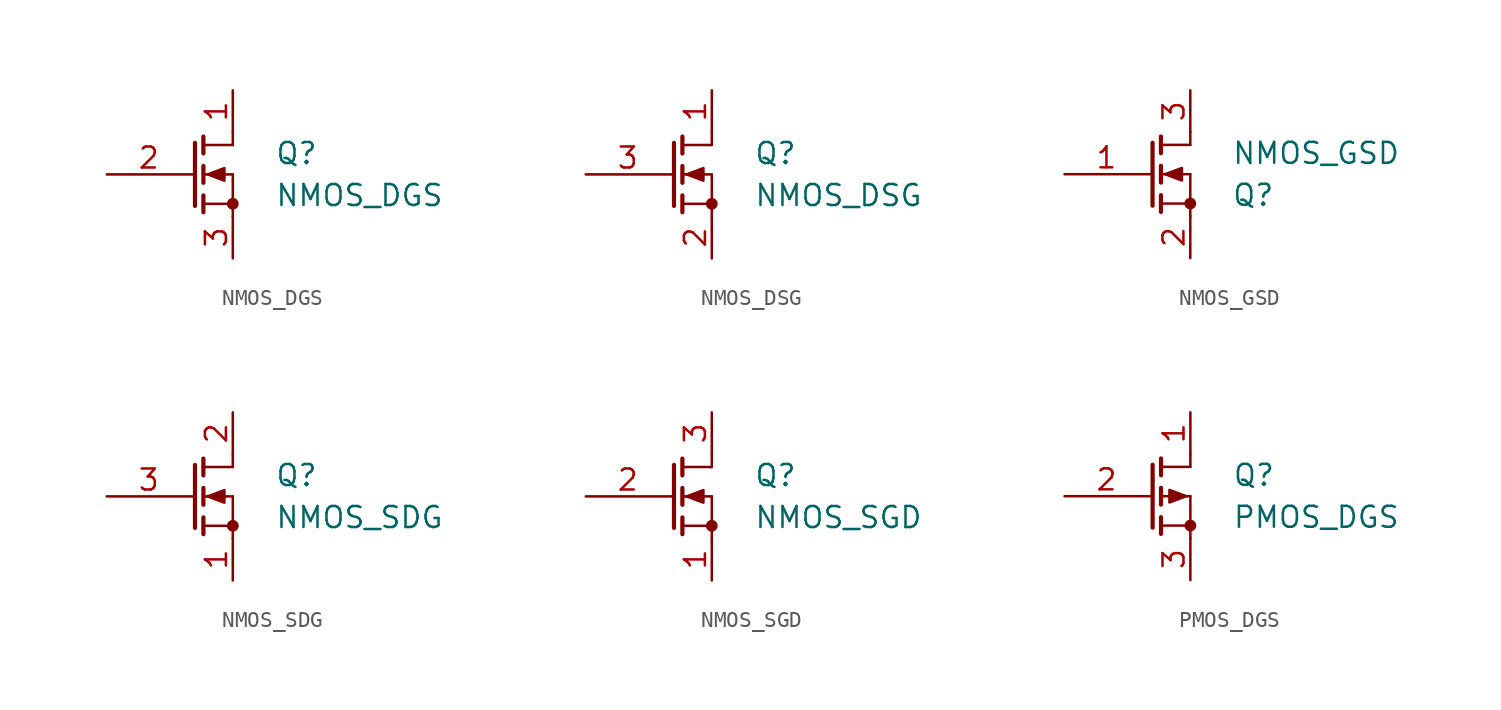
<source format=kicad_sym>
(kicad_symbol_lib
  (version 20211014)
  (generator kicad_symbol_editor)
  (symbol "NMOS_DGS"
    (pin_names
      (offset 0) hide)
    (property "Reference" "Q"
      (at 5.08 1.27 0)
      (effects (font (size 1.27 1.27)) (justify left)))
    (property "Value" "NMOS_DGS"
      (at 5.08 -1.27 0)
      (effects (font (size 1.27 1.27)) (justify left)))
    (symbol "NMOS_DGS_0_1"
      (polyline (pts (xy 0.051 0) (xy 0.254 0)) (stroke (width 0) (type default) (color 0 0 0 0)) (fill (type none)))
      (polyline (pts (xy 0.762 -1.778) (xy 2.54 -1.778)) (stroke (width 0) (type default) (color 0 0 0 0)) (fill (type none)))
      (polyline (pts (xy 0.762 -1.27) (xy 0.762 -2.286)) (stroke (width 0.254) (type default) (color 0 0 0 0)) (fill (type none)))
      (polyline (pts (xy 0.762 0) (xy 2.54 0)) (stroke (width 0) (type default) (color 0 0 0 0)) (fill (type none)))
      (polyline (pts (xy 0.762 0.508) (xy 0.762 -0.508)) (stroke (width 0.254) (type default) (color 0 0 0 0)) (fill (type none)))
      (polyline (pts (xy 0.762 1.778) (xy 2.54 1.778)) (stroke (width 0) (type default) (color 0 0 0 0)) (fill (type none)))
      (polyline (pts (xy 0.762 2.286) (xy 0.762 1.27)) (stroke (width 0.254) (type default) (color 0 0 0 0)) (fill (type none)))
      (polyline (pts (xy 2.54 -1.778) (xy 2.54 -2.54)) (stroke (width 0) (type default) (color 0 0 0 0)) (fill (type none)))
      (polyline (pts (xy 2.54 -1.778) (xy 2.54 0)) (stroke (width 0) (type default) (color 0 0 0 0)) (fill (type none)))
      (polyline (pts (xy 2.54 2.54) (xy 2.54 1.778)) (stroke (width 0) (type default) (color 0 0 0 0)) (fill (type none)))
      (polyline (pts (xy 0.254 1.905) (xy 0.254 -1.905) (xy 0.254 -1.905)) (stroke (width 0.254) (type default) (color 0 0 0 0)) (fill (type none)))
      (polyline (pts (xy 1.016 0) (xy 2.032 0.381) (xy 2.032 -0.381) (xy 1.016 0)) (stroke (width 0) (type default) (color 0 0 0 0)) (fill (type outline)))
      (circle (center 2.54 -1.778) (radius 0.279) (stroke (width 0) (type default) (color 0 0 0 0)) (fill (type outline))))
    (symbol "NMOS_DGS_1_1"
      (pin passive line (at 2.54 5.08 270) (length 2.54) (name "D" (effects (font (size 1.27 1.27)))) (number "1" (effects (font (size 1.27 1.27)))))
      (pin input line (at -5.08 0 0) (length 5.08) (name "G" (effects (font (size 1.27 1.27)))) (number "2" (effects (font (size 1.27 1.27)))))
      (pin passive line (at 2.54 -5.08 90) (length 2.54) (name "S" (effects (font (size 1.27 1.27)))) (number "3" (effects (font (size 1.27 1.27)))))))
  (symbol "NMOS_DSG"
    (pin_names
      (offset 0) hide)
    (property "Reference" "Q"
      (at 5.08 1.27 0)
      (effects (font (size 1.27 1.27)) (justify left)))
    (property "Value" "NMOS_DSG"
      (at 5.08 -1.27 0)
      (effects (font (size 1.27 1.27)) (justify left)))
    (symbol "NMOS_DSG_0_1"
      (polyline (pts (xy 0.051 0) (xy 0.254 0)) (stroke (width 0) (type default) (color 0 0 0 0)) (fill (type none)))
      (polyline (pts (xy 0.762 -1.778) (xy 2.54 -1.778)) (stroke (width 0) (type default) (color 0 0 0 0)) (fill (type none)))
      (polyline (pts (xy 0.762 -1.27) (xy 0.762 -2.286)) (stroke (width 0.254) (type default) (color 0 0 0 0)) (fill (type none)))
      (polyline (pts (xy 0.762 0) (xy 2.54 0)) (stroke (width 0) (type default) (color 0 0 0 0)) (fill (type none)))
      (polyline (pts (xy 0.762 0.508) (xy 0.762 -0.508)) (stroke (width 0.254) (type default) (color 0 0 0 0)) (fill (type none)))
      (polyline (pts (xy 0.762 1.778) (xy 2.54 1.778)) (stroke (width 0) (type default) (color 0 0 0 0)) (fill (type none)))
      (polyline (pts (xy 0.762 2.286) (xy 0.762 1.27)) (stroke (width 0.254) (type default) (color 0 0 0 0)) (fill (type none)))
      (polyline (pts (xy 2.54 -1.778) (xy 2.54 -2.54)) (stroke (width 0) (type default) (color 0 0 0 0)) (fill (type none)))
      (polyline (pts (xy 2.54 -1.778) (xy 2.54 0)) (stroke (width 0) (type default) (color 0 0 0 0)) (fill (type none)))
      (polyline (pts (xy 2.54 2.54) (xy 2.54 1.778)) (stroke (width 0) (type default) (color 0 0 0 0)) (fill (type none)))
      (polyline (pts (xy 0.254 1.905) (xy 0.254 -1.905) (xy 0.254 -1.905)) (stroke (width 0.254) (type default) (color 0 0 0 0)) (fill (type none)))
      (polyline (pts (xy 1.016 0) (xy 2.032 0.381) (xy 2.032 -0.381) (xy 1.016 0)) (stroke (width 0) (type default) (color 0 0 0 0)) (fill (type outline)))
      (circle (center 2.54 -1.778) (radius 0.279) (stroke (width 0) (type default) (color 0 0 0 0)) (fill (type outline))))
    (symbol "NMOS_DSG_1_1"
      (pin passive line (at 2.54 5.08 270) (length 2.54) (name "D" (effects (font (size 1.27 1.27)))) (number "1" (effects (font (size 1.27 1.27)))))
      (pin passive line (at 2.54 -5.08 90) (length 2.54) (name "S" (effects (font (size 1.27 1.27)))) (number "2" (effects (font (size 1.27 1.27)))))
      (pin input line (at -5.08 0 0) (length 5.08) (name "G" (effects (font (size 1.27 1.27)))) (number "3" (effects (font (size 1.27 1.27)))))))
  (symbol "NMOS_GSD"
    (pin_names
      (offset 1.016))
    (property "Reference" "Q"
      (at 6.35 -1.27 0)
      (effects (font (size 1.27 1.27))))
    (property "Value" "NMOS_GSD"
      (at 10.16 1.27 0)
      (effects (font (size 1.27 1.27))))
    (symbol "NMOS_GSD_1_1"
      (polyline (pts (xy 0.051 0) (xy 0.254 0)) (stroke (width 0) (type default) (color 0 0 0 0)) (fill (type none)))
      (polyline (pts (xy 0.762 -1.778) (xy 2.54 -1.778)) (stroke (width 0) (type default) (color 0 0 0 0)) (fill (type none)))
      (polyline (pts (xy 0.762 -1.27) (xy 0.762 -2.286)) (stroke (width 0.254) (type default) (color 0 0 0 0)) (fill (type none)))
      (polyline (pts (xy 0.762 0) (xy 2.54 0)) (stroke (width 0) (type default) (color 0 0 0 0)) (fill (type none)))
      (polyline (pts (xy 0.762 0.508) (xy 0.762 -0.508)) (stroke (width 0.254) (type default) (color 0 0 0 0)) (fill (type none)))
      (polyline (pts (xy 0.762 1.778) (xy 2.54 1.778)) (stroke (width 0) (type default) (color 0 0 0 0)) (fill (type none)))
      (polyline (pts (xy 0.762 2.286) (xy 0.762 1.27)) (stroke (width 0.254) (type default) (color 0 0 0 0)) (fill (type none)))
      (polyline (pts (xy 2.54 -1.778) (xy 2.54 -2.54)) (stroke (width 0) (type default) (color 0 0 0 0)) (fill (type none)))
      (polyline (pts (xy 2.54 -1.778) (xy 2.54 0)) (stroke (width 0) (type default) (color 0 0 0 0)) (fill (type none)))
      (polyline (pts (xy 2.54 2.54) (xy 2.54 1.778)) (stroke (width 0) (type default) (color 0 0 0 0)) (fill (type none)))
      (polyline (pts (xy 0.254 1.905) (xy 0.254 -1.905) (xy 0.254 -1.905)) (stroke (width 0.254) (type default) (color 0 0 0 0)) (fill (type none)))
      (polyline (pts (xy 1.016 0) (xy 2.032 0.381) (xy 2.032 -0.381) (xy 1.016 0)) (stroke (width 0) (type default) (color 0 0 0 0)) (fill (type outline)))
      (circle (center 2.54 -1.778) (radius 0.279) (stroke (width 0) (type default) (color 0 0 0 0)) (fill (type outline)))
      (pin input line (at -5.08 0 0) (length 5.08) (name "~" (effects (font (size 1.27 1.27)))) (number "1" (effects (font (size 1.27 1.27)))))
      (pin passive line (at 2.54 -5.08 90) (length 2.54) (name "~" (effects (font (size 1.27 1.27)))) (number "2" (effects (font (size 1.27 1.27)))))
      (pin passive line (at 2.54 5.08 270) (length 2.54) (name "~" (effects (font (size 1.27 1.27)))) (number "3" (effects (font (size 1.27 1.27)))))))
  (symbol "NMOS_SDG"
    (pin_names
      (offset 0) hide)
    (property "Reference" "Q"
      (at 5.08 1.27 0)
      (effects (font (size 1.27 1.27)) (justify left)))
    (property "Value" "NMOS_SDG"
      (at 5.08 -1.27 0)
      (effects (font (size 1.27 1.27)) (justify left)))
    (symbol "NMOS_SDG_0_1"
      (polyline (pts (xy 0.051 0) (xy 0.254 0)) (stroke (width 0) (type default) (color 0 0 0 0)) (fill (type none)))
      (polyline (pts (xy 0.762 -1.778) (xy 2.54 -1.778)) (stroke (width 0) (type default) (color 0 0 0 0)) (fill (type none)))
      (polyline (pts (xy 0.762 -1.27) (xy 0.762 -2.286)) (stroke (width 0.254) (type default) (color 0 0 0 0)) (fill (type none)))
      (polyline (pts (xy 0.762 0) (xy 2.54 0)) (stroke (width 0) (type default) (color 0 0 0 0)) (fill (type none)))
      (polyline (pts (xy 0.762 0.508) (xy 0.762 -0.508)) (stroke (width 0.254) (type default) (color 0 0 0 0)) (fill (type none)))
      (polyline (pts (xy 0.762 1.778) (xy 2.54 1.778)) (stroke (width 0) (type default) (color 0 0 0 0)) (fill (type none)))
      (polyline (pts (xy 0.762 2.286) (xy 0.762 1.27)) (stroke (width 0.254) (type default) (color 0 0 0 0)) (fill (type none)))
      (polyline (pts (xy 2.54 -1.778) (xy 2.54 -2.54)) (stroke (width 0) (type default) (color 0 0 0 0)) (fill (type none)))
      (polyline (pts (xy 2.54 -1.778) (xy 2.54 0)) (stroke (width 0) (type default) (color 0 0 0 0)) (fill (type none)))
      (polyline (pts (xy 2.54 2.54) (xy 2.54 1.778)) (stroke (width 0) (type default) (color 0 0 0 0)) (fill (type none)))
      (polyline (pts (xy 0.254 1.905) (xy 0.254 -1.905) (xy 0.254 -1.905)) (stroke (width 0.254) (type default) (color 0 0 0 0)) (fill (type none)))
      (polyline (pts (xy 1.016 0) (xy 2.032 0.381) (xy 2.032 -0.381) (xy 1.016 0)) (stroke (width 0) (type default) (color 0 0 0 0)) (fill (type outline)))
      (circle (center 2.54 -1.778) (radius 0.279) (stroke (width 0) (type default) (color 0 0 0 0)) (fill (type outline))))
    (symbol "NMOS_SDG_1_1"
      (pin passive line (at 2.54 -5.08 90) (length 2.54) (name "S" (effects (font (size 1.27 1.27)))) (number "1" (effects (font (size 1.27 1.27)))))
      (pin passive line (at 2.54 5.08 270) (length 2.54) (name "D" (effects (font (size 1.27 1.27)))) (number "2" (effects (font (size 1.27 1.27)))))
      (pin input line (at -5.08 0 0) (length 5.08) (name "G" (effects (font (size 1.27 1.27)))) (number "3" (effects (font (size 1.27 1.27)))))))
  (symbol "NMOS_SGD"
    (pin_names
      (offset 0) hide)
    (property "Reference" "Q"
      (at 5.08 1.27 0)
      (effects (font (size 1.27 1.27)) (justify left)))
    (property "Value" "NMOS_SGD"
      (at 5.08 -1.27 0)
      (effects (font (size 1.27 1.27)) (justify left)))
    (symbol "NMOS_SGD_0_1"
      (polyline (pts (xy 0.051 0) (xy 0.254 0)) (stroke (width 0) (type default) (color 0 0 0 0)) (fill (type none)))
      (polyline (pts (xy 0.762 -1.778) (xy 2.54 -1.778)) (stroke (width 0) (type default) (color 0 0 0 0)) (fill (type none)))
      (polyline (pts (xy 0.762 -1.27) (xy 0.762 -2.286)) (stroke (width 0.254) (type default) (color 0 0 0 0)) (fill (type none)))
      (polyline (pts (xy 0.762 0) (xy 2.54 0)) (stroke (width 0) (type default) (color 0 0 0 0)) (fill (type none)))
      (polyline (pts (xy 0.762 0.508) (xy 0.762 -0.508)) (stroke (width 0.254) (type default) (color 0 0 0 0)) (fill (type none)))
      (polyline (pts (xy 0.762 1.778) (xy 2.54 1.778)) (stroke (width 0) (type default) (color 0 0 0 0)) (fill (type none)))
      (polyline (pts (xy 0.762 2.286) (xy 0.762 1.27)) (stroke (width 0.254) (type default) (color 0 0 0 0)) (fill (type none)))
      (polyline (pts (xy 2.54 -1.778) (xy 2.54 -2.54)) (stroke (width 0) (type default) (color 0 0 0 0)) (fill (type none)))
      (polyline (pts (xy 2.54 -1.778) (xy 2.54 0)) (stroke (width 0) (type default) (color 0 0 0 0)) (fill (type none)))
      (polyline (pts (xy 2.54 2.54) (xy 2.54 1.778)) (stroke (width 0) (type default) (color 0 0 0 0)) (fill (type none)))
      (polyline (pts (xy 0.254 1.905) (xy 0.254 -1.905) (xy 0.254 -1.905)) (stroke (width 0.254) (type default) (color 0 0 0 0)) (fill (type none)))
      (polyline (pts (xy 1.016 0) (xy 2.032 0.381) (xy 2.032 -0.381) (xy 1.016 0)) (stroke (width 0) (type default) (color 0 0 0 0)) (fill (type outline)))
      (circle (center 2.54 -1.778) (radius 0.279) (stroke (width 0) (type default) (color 0 0 0 0)) (fill (type outline))))
    (symbol "NMOS_SGD_1_1"
      (pin passive line (at 2.54 -5.08 90) (length 2.54) (name "S" (effects (font (size 1.27 1.27)))) (number "1" (effects (font (size 1.27 1.27)))))
      (pin input line (at -5.08 0 0) (length 5.08) (name "G" (effects (font (size 1.27 1.27)))) (number "2" (effects (font (size 1.27 1.27)))))
      (pin passive line (at 2.54 5.08 270) (length 2.54) (name "D" (effects (font (size 1.27 1.27)))) (number "3" (effects (font (size 1.27 1.27)))))))
  (symbol "PMOS_DGS"
    (pin_names
      (offset 0) hide)
    (property "Reference" "Q"
      (at 5.08 1.27 0)
      (effects (font (size 1.27 1.27)) (justify left)))
    (property "Value" "PMOS_DGS"
      (at 5.08 -1.27 0)
      (effects (font (size 1.27 1.27)) (justify left)))
    (symbol "PMOS_DGS_0_1"
      (polyline (pts (xy 0.051 0) (xy 0.254 0)) (stroke (width 0) (type default) (color 0 0 0 0)) (fill (type none)))
      (polyline (pts (xy 0.762 -1.778) (xy 2.54 -1.778)) (stroke (width 0) (type default) (color 0 0 0 0)) (fill (type none)))
      (polyline (pts (xy 0.762 -1.27) (xy 0.762 -2.286)) (stroke (width 0.254) (type default) (color 0 0 0 0)) (fill (type none)))
      (polyline (pts (xy 0.762 0) (xy 2.54 0)) (stroke (width 0) (type default) (color 0 0 0 0)) (fill (type none)))
      (polyline (pts (xy 0.762 0.508) (xy 0.762 -0.508)) (stroke (width 0.254) (type default) (color 0 0 0 0)) (fill (type none)))
      (polyline (pts (xy 0.762 1.778) (xy 2.54 1.778)) (stroke (width 0) (type default) (color 0 0 0 0)) (fill (type none)))
      (polyline (pts (xy 0.762 2.286) (xy 0.762 1.27)) (stroke (width 0.254) (type default) (color 0 0 0 0)) (fill (type none)))
      (polyline (pts (xy 2.54 -1.778) (xy 2.54 -2.54)) (stroke (width 0) (type default) (color 0 0 0 0)) (fill (type none)))
      (polyline (pts (xy 2.54 -1.778) (xy 2.54 0)) (stroke (width 0) (type default) (color 0 0 0 0)) (fill (type none)))
      (polyline (pts (xy 2.54 2.54) (xy 2.54 1.778)) (stroke (width 0) (type default) (color 0 0 0 0)) (fill (type none)))
      (polyline (pts (xy 0.254 1.905) (xy 0.254 -1.905) (xy 0.254 -1.905)) (stroke (width 0.254) (type default) (color 0 0 0 0)) (fill (type none)))
      (polyline (pts (xy 2.286 0) (xy 1.27 -0.381) (xy 1.27 0.381) (xy 2.286 0)) (stroke (width 0) (type default) (color 0 0 0 0)) (fill (type outline)))
      (circle (center 2.54 -1.778) (radius 0.279) (stroke (width 0) (type default) (color 0 0 0 0)) (fill (type outline))))
    (symbol "PMOS_DGS_1_1"
      (pin passive line (at 2.54 5.08 270) (length 2.54) (name "D" (effects (font (size 1.27 1.27)))) (number "1" (effects (font (size 1.27 1.27)))))
      (pin input line (at -5.08 0 0) (length 5.08) (name "G" (effects (font (size 1.27 1.27)))) (number "2" (effects (font (size 1.27 1.27)))))
      (pin passive line (at 2.54 -5.08 90) (length 2.54) (name "S" (effects (font (size 1.27 1.27)))) (number "3" (effects (font (size 1.27 1.27))))))))
</source>
